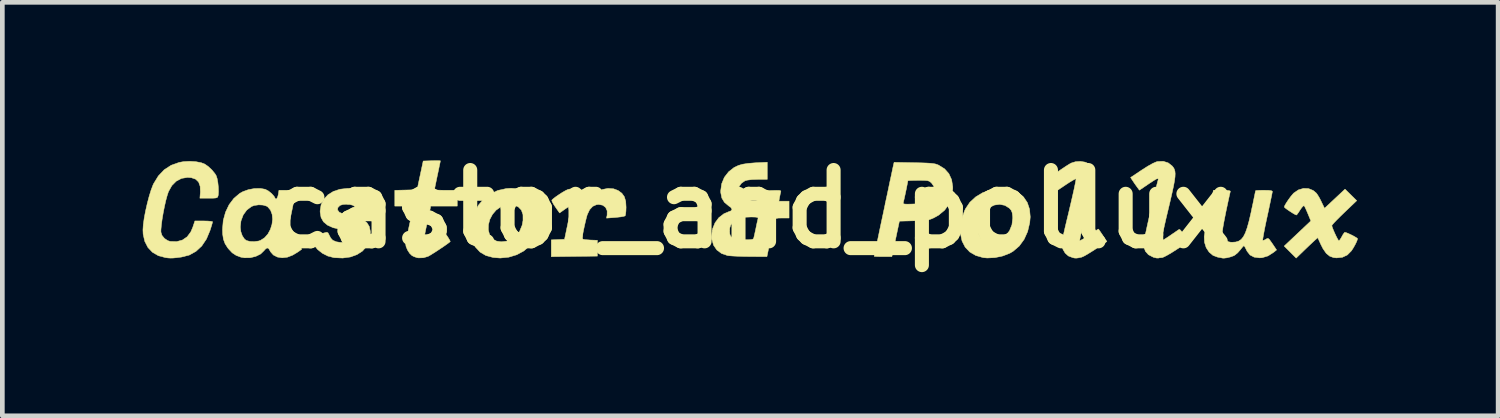
<source format=kicad_pcb>
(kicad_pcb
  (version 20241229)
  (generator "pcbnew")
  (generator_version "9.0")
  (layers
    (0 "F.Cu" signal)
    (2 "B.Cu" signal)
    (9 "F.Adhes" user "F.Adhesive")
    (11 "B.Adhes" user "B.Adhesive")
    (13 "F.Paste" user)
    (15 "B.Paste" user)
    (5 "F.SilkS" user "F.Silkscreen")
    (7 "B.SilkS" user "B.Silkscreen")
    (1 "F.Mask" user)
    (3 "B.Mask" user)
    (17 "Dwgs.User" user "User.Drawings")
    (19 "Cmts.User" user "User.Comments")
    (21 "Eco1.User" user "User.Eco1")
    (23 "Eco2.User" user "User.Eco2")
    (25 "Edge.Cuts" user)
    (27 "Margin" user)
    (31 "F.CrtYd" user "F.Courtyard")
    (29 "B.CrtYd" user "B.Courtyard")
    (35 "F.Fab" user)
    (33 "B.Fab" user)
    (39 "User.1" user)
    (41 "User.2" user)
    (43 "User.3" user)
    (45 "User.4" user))
  (footprint "castor_and_pollux"
    (layer "F.Cu")
    (at 12.986 1.418)
    (property "Reference" "castor_and_pollux" (at 0 0 0) (layer "F.SilkS") (effects (font (size 1.524 1.524) (thickness 0.3))))
    (attr through_hole)
    (fp_poly (pts (xy -4.956 -0.433) (xy -4.826 -0.394) (xy -4.712 -0.326) (xy -4.645 -0.266) (xy -4.573 -0.186) (xy -4.526 -0.107) (xy -4.5 -0.019) (xy -4.489 0.093) (xy -4.488 0.159) (xy -4.505 0.36) (xy -4.557 0.538) (xy -4.645 0.698) (xy -4.711 0.781) (xy -4.84 0.893) (xy -4.993 0.976) (xy -5.165 1.028) (xy -5.347 1.046) (xy -5.499 1.034) (xy -5.653 0.992) (xy -5.777 0.919) (xy -5.872 0.817) (xy -5.935 0.687) (xy -5.965 0.53) (xy -5.969 0.455) (xy -5.968 0.445) (xy -5.601 0.445) (xy -5.574 0.546) (xy -5.516 0.63) (xy -5.5 0.645) (xy -5.423 0.685) (xy -5.324 0.699) (xy -5.216 0.687) (xy -5.133 0.658) (xy -5.018 0.583) (xy -4.933 0.478) (xy -4.878 0.345) (xy -4.859 0.242) (xy -4.86 0.119) (xy -4.894 0.022) (xy -4.96 -0.047) (xy -5.058 -0.088) (xy -5.112 -0.098) (xy -5.181 -0.101) (xy -5.239 -0.091) (xy -5.306 -0.063) (xy -5.334 -0.049) (xy -5.435 0.023) (xy -5.513 0.115) (xy -5.569 0.222) (xy -5.598 0.334) (xy -5.601 0.445) (xy -5.968 0.445) (xy -5.95 0.257) (xy -5.897 0.076) (xy -5.812 -0.083) (xy -5.698 -0.217) (xy -5.559 -0.323) (xy -5.398 -0.398) (xy -5.218 -0.438) (xy -5.112 -0.445) (xy -4.956 -0.433)) (stroke (width 0.01) (type solid)) (fill yes) (layer "F.SilkS"))
    (fp_poly (pts (xy 5.422 -0.439) (xy 5.588 -0.41) (xy 5.727 -0.349) (xy 5.837 -0.258) (xy 5.917 -0.14) (xy 5.965 0.002) (xy 5.98 0.168) (xy 5.969 0.291) (xy 5.924 0.481) (xy 5.848 0.649) (xy 5.745 0.79) (xy 5.615 0.901) (xy 5.544 0.943) (xy 5.393 1.002) (xy 5.226 1.037) (xy 5.062 1.045) (xy 4.974 1.037) (xy 4.817 0.992) (xy 4.688 0.917) (xy 4.59 0.814) (xy 4.523 0.684) (xy 4.49 0.53) (xy 4.487 0.46) (xy 4.49 0.426) (xy 4.868 0.426) (xy 4.883 0.538) (xy 4.927 0.622) (xy 4.997 0.675) (xy 5.004 0.678) (xy 5.085 0.695) (xy 5.184 0.695) (xy 5.28 0.677) (xy 5.331 0.658) (xy 5.449 0.575) (xy 5.536 0.466) (xy 5.589 0.336) (xy 5.606 0.192) (xy 5.604 0.154) (xy 5.594 0.078) (xy 5.574 0.027) (xy 5.538 -0.015) (xy 5.529 -0.023) (xy 5.436 -0.08) (xy 5.329 -0.101) (xy 5.218 -0.087) (xy 5.108 -0.038) (xy 5.007 0.043) (xy 4.999 0.052) (xy 4.929 0.144) (xy 4.888 0.245) (xy 4.87 0.368) (xy 4.868 0.426) (xy 4.49 0.426) (xy 4.499 0.321) (xy 4.53 0.172) (xy 4.576 0.037) (xy 4.597 -0.007) (xy 4.689 -0.144) (xy 4.813 -0.259) (xy 4.962 -0.349) (xy 5.128 -0.411) (xy 5.304 -0.44) (xy 5.422 -0.439)) (stroke (width 0.01) (type solid)) (fill yes) (layer "F.SilkS"))
    (fp_poly (pts (xy -6.663 -1.034) (xy -6.629 -1.032) (xy -6.625 -1.031) (xy -6.629 -1.008) (xy -6.641 -0.952) (xy -6.658 -0.869) (xy -6.679 -0.768) (xy -6.689 -0.723) (xy -6.711 -0.616) (xy -6.73 -0.524) (xy -6.744 -0.456) (xy -6.751 -0.418) (xy -6.752 -0.413) (xy -6.732 -0.409) (xy -6.679 -0.405) (xy -6.599 -0.403) (xy -6.509 -0.402) (xy -6.265 -0.402) (xy -6.265 -0.064) (xy -6.831 -0.064) (xy -6.909 0.298) (xy -6.934 0.416) (xy -6.955 0.52) (xy -6.969 0.601) (xy -6.976 0.655) (xy -6.976 0.672) (xy -6.955 0.666) (xy -6.907 0.639) (xy -6.839 0.597) (xy -6.774 0.553) (xy -6.585 0.422) (xy -6.499 0.549) (xy -6.457 0.613) (xy -6.427 0.664) (xy -6.414 0.691) (xy -6.414 0.692) (xy -6.431 0.709) (xy -6.475 0.742) (xy -6.54 0.788) (xy -6.617 0.84) (xy -6.698 0.894) (xy -6.775 0.943) (xy -6.841 0.984) (xy -6.887 1.01) (xy -6.89 1.011) (xy -6.987 1.04) (xy -7.09 1.043) (xy -7.123 1.038) (xy -7.186 1.017) (xy -7.232 0.994) (xy -7.282 0.946) (xy -7.328 0.874) (xy -7.359 0.798) (xy -7.366 0.753) (xy -7.361 0.715) (xy -7.349 0.644) (xy -7.33 0.546) (xy -7.306 0.428) (xy -7.278 0.298) (xy -7.248 0.163) (xy -7.218 0.031) (xy -7.207 -0.016) (xy -7.204 -0.038) (xy -7.211 -0.052) (xy -7.236 -0.059) (xy -7.286 -0.063) (xy -7.37 -0.063) (xy -7.397 -0.064) (xy -7.599 -0.064) (xy -7.599 -0.401) (xy -7.361 -0.407) (xy -7.123 -0.413) (xy -6.992 -1.027) (xy -6.809 -1.033) (xy -6.726 -1.035) (xy -6.663 -1.034)) (stroke (width 0.01) (type solid)) (fill yes) (layer "F.SilkS"))
    (fp_poly (pts (xy -2.923 -0.433) (xy -2.827 -0.397) (xy -2.747 -0.338) (xy -2.694 -0.264) (xy -2.665 -0.167) (xy -2.657 -0.039) (xy -2.657 -0.038) (xy -2.66 0.043) (xy -2.667 0.107) (xy -2.676 0.143) (xy -2.678 0.145) (xy -2.707 0.155) (xy -2.768 0.166) (xy -2.849 0.175) (xy -2.887 0.179) (xy -3.075 0.193) (xy -3.062 0.129) (xy -3.061 0.037) (xy -3.094 -0.036) (xy -3.156 -0.083) (xy -3.241 -0.099) (xy -3.29 -0.094) (xy -3.369 -0.059) (xy -3.436 0.013) (xy -3.485 0.116) (xy -3.489 0.127) (xy -3.504 0.181) (xy -3.523 0.258) (xy -3.544 0.349) (xy -3.564 0.442) (xy -3.581 0.527) (xy -3.594 0.592) (xy -3.598 0.628) (xy -3.598 0.628) (xy -3.581 0.643) (xy -3.529 0.654) (xy -3.437 0.66) (xy -3.434 0.661) (xy -3.27 0.667) (xy -3.27 1.005) (xy -4.255 1.017) (xy -4.255 0.658) (xy -4.113 0.652) (xy -3.972 0.646) (xy -3.901 0.307) (xy -3.878 0.191) (xy -3.858 0.089) (xy -3.844 0.008) (xy -3.837 -0.044) (xy -3.836 -0.058) (xy -3.855 -0.062) (xy -3.902 -0.04) (xy -3.96 -0.001) (xy -4.078 0.083) (xy -4.167 -0.044) (xy -4.209 -0.108) (xy -4.237 -0.16) (xy -4.244 -0.189) (xy -4.244 -0.191) (xy -4.215 -0.219) (xy -4.161 -0.261) (xy -4.091 -0.309) (xy -4.017 -0.357) (xy -3.949 -0.396) (xy -3.899 -0.419) (xy -3.897 -0.42) (xy -3.782 -0.442) (xy -3.672 -0.431) (xy -3.577 -0.391) (xy -3.506 -0.324) (xy -3.484 -0.287) (xy -3.457 -0.239) (xy -3.435 -0.213) (xy -3.431 -0.212) (xy -3.408 -0.227) (xy -3.372 -0.266) (xy -3.358 -0.284) (xy -3.271 -0.365) (xy -3.162 -0.419) (xy -3.043 -0.442) (xy -2.923 -0.433)) (stroke (width 0.01) (type solid)) (fill yes) (layer "F.SilkS"))
    (fp_poly (pts (xy 8.929 -0.987) (xy 9.012 -0.922) (xy 9.039 -0.889) (xy 9.059 -0.853) (xy 9.072 -0.81) (xy 9.077 -0.756) (xy 9.074 -0.687) (xy 9.062 -0.598) (xy 9.041 -0.485) (xy 9.01 -0.343) (xy 8.97 -0.168) (xy 8.925 0.021) (xy 8.887 0.18) (xy 8.854 0.325) (xy 8.826 0.451) (xy 8.805 0.553) (xy 8.791 0.627) (xy 8.786 0.668) (xy 8.787 0.674) (xy 8.811 0.665) (xy 8.861 0.637) (xy 8.928 0.594) (xy 8.969 0.566) (xy 9.043 0.515) (xy 9.106 0.472) (xy 9.147 0.444) (xy 9.157 0.438) (xy 9.17 0.435) (xy 9.187 0.447) (xy 9.213 0.477) (xy 9.25 0.53) (xy 9.305 0.613) (xy 9.322 0.639) (xy 9.359 0.697) (xy 9.102 0.867) (xy 9.006 0.928) (xy 8.92 0.979) (xy 8.85 1.016) (xy 8.804 1.036) (xy 8.795 1.037) (xy 8.743 1.041) (xy 8.717 1.047) (xy 8.68 1.046) (xy 8.624 1.033) (xy 8.609 1.028) (xy 8.506 0.975) (xy 8.44 0.9) (xy 8.407 0.802) (xy 8.403 0.744) (xy 8.408 0.708) (xy 8.421 0.638) (xy 8.441 0.539) (xy 8.467 0.418) (xy 8.497 0.281) (xy 8.53 0.134) (xy 8.564 -0.016) (xy 8.599 -0.163) (xy 8.631 -0.302) (xy 8.661 -0.425) (xy 8.687 -0.526) (xy 8.706 -0.599) (xy 8.712 -0.619) (xy 8.716 -0.645) (xy 8.704 -0.652) (xy 8.671 -0.641) (xy 8.615 -0.607) (xy 8.529 -0.551) (xy 8.498 -0.53) (xy 8.313 -0.404) (xy 8.256 -0.482) (xy 8.211 -0.545) (xy 8.171 -0.605) (xy 8.162 -0.618) (xy 8.125 -0.675) (xy 8.369 -0.838) (xy 8.492 -0.916) (xy 8.595 -0.974) (xy 8.672 -1.008) (xy 8.7 -1.016) (xy 8.823 -1.021) (xy 8.929 -0.987)) (stroke (width 0.01) (type solid)) (fill yes) (layer "F.SilkS"))
    (fp_poly (pts (xy -8.533 -0.44) (xy -8.38 -0.412) (xy -8.252 -0.354) (xy -8.153 -0.267) (xy -8.085 -0.153) (xy -8.077 -0.133) (xy -8.046 -0.043) (xy -8.134 -0.02) (xy -8.242 0.008) (xy -8.315 0.026) (xy -8.364 0.034) (xy -8.395 0.03) (xy -8.416 0.013) (xy -8.435 -0.017) (xy -8.457 -0.054) (xy -8.494 -0.081) (xy -8.559 -0.098) (xy -8.635 -0.104) (xy -8.71 -0.098) (xy -8.769 -0.079) (xy -8.773 -0.076) (xy -8.817 -0.03) (xy -8.822 0.02) (xy -8.787 0.066) (xy -8.779 0.071) (xy -8.736 0.089) (xy -8.665 0.111) (xy -8.579 0.131) (xy -8.551 0.137) (xy -8.396 0.176) (xy -8.279 0.226) (xy -8.196 0.29) (xy -8.145 0.371) (xy -8.123 0.472) (xy -8.121 0.534) (xy -8.143 0.675) (xy -8.201 0.796) (xy -8.29 0.897) (xy -8.408 0.973) (xy -8.55 1.024) (xy -8.713 1.046) (xy -8.894 1.038) (xy -8.905 1.036) (xy -9.032 1.003) (xy -9.149 0.943) (xy -9.25 0.862) (xy -9.325 0.768) (xy -9.366 0.668) (xy -9.369 0.653) (xy -9.381 0.578) (xy -9.236 0.542) (xy -9.159 0.523) (xy -9.095 0.506) (xy -9.058 0.496) (xy -9.058 0.496) (xy -9.028 0.506) (xy -9.001 0.556) (xy -8.999 0.561) (xy -8.968 0.62) (xy -8.928 0.664) (xy -8.924 0.667) (xy -8.85 0.699) (xy -8.762 0.713) (xy -8.671 0.71) (xy -8.589 0.692) (xy -8.528 0.659) (xy -8.509 0.635) (xy -8.489 0.578) (xy -8.5 0.532) (xy -8.545 0.495) (xy -8.625 0.465) (xy -8.745 0.438) (xy -8.758 0.436) (xy -8.917 0.398) (xy -9.038 0.343) (xy -9.123 0.272) (xy -9.175 0.18) (xy -9.194 0.067) (xy -9.195 0.039) (xy -9.174 -0.093) (xy -9.117 -0.209) (xy -9.028 -0.305) (xy -8.911 -0.378) (xy -8.771 -0.424) (xy -8.612 -0.442) (xy -8.533 -0.44)) (stroke (width 0.01) (type solid)) (fill yes) (layer "F.SilkS"))
    (fp_poly (pts (xy 7.153 -1.003) (xy 7.192 -0.987) (xy 7.271 -0.924) (xy 7.325 -0.837) (xy 7.345 -0.739) (xy 7.345 -0.738) (xy 7.34 -0.699) (xy 7.326 -0.625) (xy 7.305 -0.521) (xy 7.277 -0.392) (xy 7.243 -0.245) (xy 7.206 -0.085) (xy 7.186 0.000284) (xy 7.147 0.161) (xy 7.113 0.309) (xy 7.084 0.438) (xy 7.061 0.544) (xy 7.045 0.621) (xy 7.038 0.665) (xy 7.038 0.674) (xy 7.059 0.667) (xy 7.107 0.641) (xy 7.174 0.598) (xy 7.242 0.553) (xy 7.319 0.5) (xy 7.383 0.459) (xy 7.425 0.433) (xy 7.439 0.427) (xy 7.452 0.447) (xy 7.483 0.492) (xy 7.525 0.554) (xy 7.531 0.564) (xy 7.618 0.693) (xy 7.377 0.854) (xy 7.283 0.914) (xy 7.197 0.967) (xy 7.127 1.006) (xy 7.082 1.026) (xy 7.076 1.028) (xy 7.006 1.043) (xy 6.962 1.048) (xy 6.926 1.046) (xy 6.89 1.038) (xy 6.795 1.002) (xy 6.726 0.94) (xy 6.686 0.872) (xy 6.673 0.846) (xy 6.663 0.823) (xy 6.656 0.799) (xy 6.654 0.769) (xy 6.656 0.729) (xy 6.664 0.675) (xy 6.678 0.602) (xy 6.699 0.507) (xy 6.727 0.384) (xy 6.764 0.229) (xy 6.81 0.039) (xy 6.82 -0.005) (xy 6.857 -0.162) (xy 6.89 -0.306) (xy 6.918 -0.431) (xy 6.939 -0.532) (xy 6.953 -0.604) (xy 6.959 -0.643) (xy 6.958 -0.647) (xy 6.937 -0.641) (xy 6.889 -0.615) (xy 6.821 -0.574) (xy 6.755 -0.531) (xy 6.563 -0.402) (xy 6.478 -0.528) (xy 6.436 -0.591) (xy 6.405 -0.64) (xy 6.392 -0.664) (xy 6.392 -0.665) (xy 6.409 -0.681) (xy 6.453 -0.715) (xy 6.517 -0.761) (xy 6.592 -0.814) (xy 6.672 -0.868) (xy 6.747 -0.918) (xy 6.811 -0.958) (xy 6.854 -0.983) (xy 6.947 -1.012) (xy 7.053 -1.019) (xy 7.153 -1.003)) (stroke (width 0.01) (type solid)) (fill yes) (layer "F.SilkS"))
    (fp_poly (pts (xy -11.852 -1.013) (xy -11.737 -0.991) (xy -11.661 -0.962) (xy -11.586 -0.91) (xy -11.507 -0.836) (xy -11.441 -0.755) (xy -11.416 -0.714) (xy -11.396 -0.653) (xy -11.38 -0.565) (xy -11.37 -0.467) (xy -11.367 -0.372) (xy -11.372 -0.298) (xy -11.375 -0.287) (xy -11.383 -0.261) (xy -11.398 -0.245) (xy -11.428 -0.237) (xy -11.483 -0.233) (xy -11.571 -0.233) (xy -11.764 -0.233) (xy -11.754 -0.365) (xy -11.759 -0.487) (xy -11.792 -0.578) (xy -11.855 -0.639) (xy -11.948 -0.671) (xy -12.029 -0.677) (xy -12.156 -0.656) (xy -12.269 -0.597) (xy -12.363 -0.503) (xy -12.435 -0.375) (xy -12.436 -0.373) (xy -12.463 -0.292) (xy -12.493 -0.182) (xy -12.522 -0.052) (xy -12.549 0.085) (xy -12.572 0.221) (xy -12.588 0.344) (xy -12.597 0.444) (xy -12.597 0.492) (xy -12.575 0.562) (xy -12.522 0.627) (xy -12.452 0.674) (xy -12.4 0.691) (xy -12.26 0.695) (xy -12.138 0.662) (xy -12.036 0.592) (xy -11.958 0.487) (xy -11.917 0.391) (xy -11.871 0.254) (xy -11.682 0.254) (xy -11.599 0.256) (xy -11.534 0.261) (xy -11.498 0.268) (xy -11.493 0.272) (xy -11.5 0.3) (xy -11.516 0.357) (xy -11.54 0.432) (xy -11.547 0.455) (xy -11.624 0.639) (xy -11.725 0.789) (xy -11.848 0.903) (xy -11.992 0.983) (xy -12.157 1.025) (xy -12.164 1.026) (xy -12.266 1.039) (xy -12.339 1.046) (xy -12.395 1.047) (xy -12.445 1.044) (xy -12.499 1.037) (xy -12.652 0.996) (xy -12.778 0.923) (xy -12.875 0.82) (xy -12.942 0.69) (xy -12.977 0.536) (xy -12.981 0.445) (xy -12.974 0.335) (xy -12.955 0.198) (xy -12.926 0.044) (xy -12.89 -0.115) (xy -12.85 -0.268) (xy -12.808 -0.405) (xy -12.767 -0.513) (xy -12.755 -0.54) (xy -12.652 -0.708) (xy -12.527 -0.84) (xy -12.379 -0.936) (xy -12.208 -0.997) (xy -12.112 -1.014) (xy -11.982 -1.021) (xy -11.852 -1.013)) (stroke (width 0.01) (type solid)) (fill yes) (layer "F.SilkS"))
    (fp_poly (pts (xy 11.927 -0.438) (xy 12.026 -0.398) (xy 12.094 -0.341) (xy 12.123 -0.3) (xy 12.162 -0.235) (xy 12.201 -0.158) (xy 12.201 -0.156) (xy 12.269 -0.016) (xy 12.488 -0.221) (xy 12.707 -0.426) (xy 12.832 -0.303) (xy 12.957 -0.18) (xy 12.691 0.074) (xy 12.604 0.158) (xy 12.529 0.233) (xy 12.471 0.294) (xy 12.435 0.336) (xy 12.425 0.352) (xy 12.433 0.385) (xy 12.455 0.442) (xy 12.484 0.509) (xy 12.516 0.577) (xy 12.546 0.635) (xy 12.568 0.671) (xy 12.576 0.677) (xy 12.595 0.66) (xy 12.623 0.617) (xy 12.636 0.594) (xy 12.666 0.54) (xy 12.693 0.504) (xy 12.7 0.497) (xy 12.725 0.501) (xy 12.776 0.521) (xy 12.838 0.55) (xy 12.902 0.583) (xy 12.955 0.615) (xy 12.973 0.628) (xy 12.971 0.651) (xy 12.953 0.699) (xy 12.922 0.762) (xy 12.885 0.828) (xy 12.847 0.887) (xy 12.844 0.891) (xy 12.757 0.98) (xy 12.651 1.03) (xy 12.526 1.043) (xy 12.461 1.036) (xy 12.379 1.006) (xy 12.305 0.945) (xy 12.237 0.847) (xy 12.192 0.759) (xy 12.124 0.611) (xy 12.057 0.67) (xy 12.014 0.71) (xy 11.95 0.77) (xy 11.876 0.841) (xy 11.827 0.888) (xy 11.663 1.047) (xy 11.535 0.919) (xy 11.407 0.791) (xy 11.692 0.522) (xy 11.977 0.253) (xy 11.914 0.1) (xy 11.882 0.025) (xy 11.854 -0.035) (xy 11.835 -0.069) (xy 11.833 -0.071) (xy 11.812 -0.065) (xy 11.779 -0.028) (xy 11.747 0.018) (xy 11.71 0.076) (xy 11.681 0.115) (xy 11.669 0.127) (xy 11.641 0.116) (xy 11.592 0.088) (xy 11.534 0.051) (xy 11.476 0.012) (xy 11.431 -0.022) (xy 11.409 -0.043) (xy 11.409 -0.045) (xy 11.421 -0.078) (xy 11.453 -0.133) (xy 11.497 -0.199) (xy 11.545 -0.265) (xy 11.591 -0.32) (xy 11.612 -0.343) (xy 11.711 -0.41) (xy 11.819 -0.442) (xy 11.927 -0.438)) (stroke (width 0.01) (type solid)) (fill yes) (layer "F.SilkS"))
    (fp_poly (pts (xy 3.499 -0.991) (xy 3.648 -0.988) (xy 3.762 -0.984) (xy 3.846 -0.979) (xy 3.909 -0.972) (xy 3.957 -0.963) (xy 3.996 -0.95) (xy 4.022 -0.939) (xy 4.149 -0.86) (xy 4.241 -0.757) (xy 4.3 -0.628) (xy 4.324 -0.475) (xy 4.324 -0.431) (xy 4.303 -0.259) (xy 4.245 -0.108) (xy 4.151 0.023) (xy 4.022 0.13) (xy 3.918 0.188) (xy 3.867 0.21) (xy 3.819 0.226) (xy 3.765 0.236) (xy 3.694 0.243) (xy 3.599 0.248) (xy 3.492 0.25) (xy 3.184 0.258) (xy 3.125 0.536) (xy 3.101 0.65) (xy 3.078 0.758) (xy 3.059 0.849) (xy 3.045 0.912) (xy 3.045 0.915) (xy 3.023 1.016) (xy 2.835 1.016) (xy 2.751 1.015) (xy 2.687 1.013) (xy 2.65 1.01) (xy 2.646 1.009) (xy 2.65 0.987) (xy 2.662 0.929) (xy 2.681 0.84) (xy 2.705 0.724) (xy 2.734 0.586) (xy 2.766 0.432) (xy 2.801 0.266) (xy 2.838 0.093) (xy 2.875 -0.082) (xy 2.883 -0.124) (xy 3.265 -0.124) (xy 3.274 -0.113) (xy 3.301 -0.107) (xy 3.354 -0.105) (xy 3.439 -0.107) (xy 3.497 -0.109) (xy 3.613 -0.114) (xy 3.695 -0.122) (xy 3.752 -0.134) (xy 3.791 -0.152) (xy 3.796 -0.155) (xy 3.872 -0.224) (xy 3.919 -0.309) (xy 3.936 -0.399) (xy 3.92 -0.485) (xy 3.875 -0.552) (xy 3.846 -0.579) (xy 3.818 -0.597) (xy 3.781 -0.608) (xy 3.726 -0.612) (xy 3.644 -0.614) (xy 3.589 -0.614) (xy 3.498 -0.613) (xy 3.424 -0.611) (xy 3.378 -0.608) (xy 3.365 -0.606) (xy 3.361 -0.58) (xy 3.35 -0.523) (xy 3.335 -0.446) (xy 3.317 -0.36) (xy 3.299 -0.276) (xy 3.283 -0.204) (xy 3.271 -0.154) (xy 3.268 -0.141) (xy 3.265 -0.124) (xy 2.883 -0.124) (xy 2.911 -0.253) (xy 2.946 -0.417) (xy 2.977 -0.567) (xy 3.006 -0.7) (xy 3.029 -0.809) (xy 3.046 -0.891) (xy 3.057 -0.939) (xy 3.059 -0.949) (xy 3.071 -0.999) (xy 3.499 -0.991)) (stroke (width 0.01) (type solid)) (fill yes) (layer "F.SilkS"))
    (fp_poly (pts (xy 10.173 -0.401) (xy 10.229 -0.395) (xy 10.254 -0.385) (xy 10.256 -0.376) (xy 10.249 -0.348) (xy 10.235 -0.285) (xy 10.215 -0.194) (xy 10.191 -0.082) (xy 10.164 0.045) (xy 10.159 0.07) (xy 10.124 0.246) (xy 10.099 0.385) (xy 10.085 0.487) (xy 10.083 0.55) (xy 10.084 0.559) (xy 10.113 0.637) (xy 10.169 0.686) (xy 10.254 0.707) (xy 10.295 0.709) (xy 10.371 0.704) (xy 10.434 0.685) (xy 10.488 0.649) (xy 10.535 0.591) (xy 10.577 0.509) (xy 10.617 0.397) (xy 10.657 0.252) (xy 10.699 0.071) (xy 10.711 0.011) (xy 10.738 -0.113) (xy 10.76 -0.221) (xy 10.778 -0.308) (xy 10.79 -0.367) (xy 10.795 -0.392) (xy 10.795 -0.392) (xy 10.815 -0.397) (xy 10.867 -0.4) (xy 10.942 -0.402) (xy 10.975 -0.402) (xy 11.073 -0.4) (xy 11.131 -0.393) (xy 11.154 -0.38) (xy 11.155 -0.377) (xy 11.15 -0.35) (xy 11.138 -0.287) (xy 11.119 -0.196) (xy 11.095 -0.081) (xy 11.067 0.052) (xy 11.045 0.152) (xy 11.015 0.292) (xy 10.989 0.418) (xy 10.969 0.525) (xy 10.955 0.606) (xy 10.948 0.655) (xy 10.948 0.668) (xy 10.973 0.667) (xy 11.014 0.646) (xy 11.014 0.646) (xy 11.042 0.629) (xy 11.063 0.628) (xy 11.087 0.646) (xy 11.12 0.691) (xy 11.156 0.742) (xy 11.244 0.873) (xy 11.184 0.922) (xy 11.061 1.001) (xy 10.935 1.039) (xy 10.88 1.042) (xy 10.765 1.027) (xy 10.677 0.981) (xy 10.614 0.901) (xy 10.602 0.877) (xy 10.575 0.823) (xy 10.553 0.789) (xy 10.545 0.784) (xy 10.525 0.801) (xy 10.491 0.842) (xy 10.466 0.874) (xy 10.413 0.934) (xy 10.353 0.983) (xy 10.329 0.997) (xy 10.26 1.022) (xy 10.184 1.041) (xy 10.118 1.049) (xy 10.086 1.047) (xy 10.052 1.039) (xy 9.997 1.029) (xy 9.985 1.027) (xy 9.886 0.99) (xy 9.803 0.92) (xy 9.74 0.824) (xy 9.704 0.71) (xy 9.698 0.588) (xy 9.706 0.533) (xy 9.72 0.445) (xy 9.741 0.333) (xy 9.767 0.203) (xy 9.795 0.065) (xy 9.801 0.037) (xy 9.895 -0.402) (xy 10.08 -0.402) (xy 10.173 -0.401)) (stroke (width 0.01) (type solid)) (fill yes) (layer "F.SilkS"))
    (fp_poly (pts (xy -10.369 -0.423) (xy -10.302 -0.388) (xy -10.234 -0.334) (xy -10.18 -0.274) (xy -10.156 -0.231) (xy -10.139 -0.212) (xy -10.119 -0.227) (xy -10.099 -0.271) (xy -10.088 -0.317) (xy -10.075 -0.402) (xy -9.895 -0.402) (xy -9.806 -0.4) (xy -9.744 -0.393) (xy -9.716 -0.383) (xy -9.716 -0.381) (xy -9.72 -0.355) (xy -9.732 -0.293) (xy -9.75 -0.203) (xy -9.774 -0.088) (xy -9.801 0.045) (xy -9.823 0.15) (xy -9.853 0.291) (xy -9.878 0.418) (xy -9.899 0.525) (xy -9.913 0.606) (xy -9.92 0.657) (xy -9.92 0.67) (xy -9.897 0.667) (xy -9.855 0.644) (xy -9.842 0.635) (xy -9.807 0.611) (xy -9.781 0.603) (xy -9.757 0.614) (xy -9.726 0.651) (xy -9.682 0.716) (xy -9.665 0.741) (xy -9.588 0.857) (xy -9.636 0.893) (xy -9.683 0.925) (xy -9.748 0.964) (xy -9.784 0.985) (xy -9.895 1.028) (xy -10.006 1.041) (xy -10.108 1.025) (xy -10.194 0.981) (xy -10.255 0.912) (xy -10.264 0.894) (xy -10.296 0.841) (xy -10.33 0.83) (xy -10.37 0.86) (xy -10.392 0.887) (xy -10.466 0.959) (xy -10.569 1.01) (xy -10.687 1.039) (xy -10.811 1.041) (xy -10.887 1.028) (xy -10.989 0.99) (xy -11.074 0.934) (xy -11.154 0.848) (xy -11.17 0.828) (xy -11.226 0.74) (xy -11.261 0.646) (xy -11.278 0.534) (xy -11.281 0.434) (xy -11.277 0.385) (xy -10.901 0.385) (xy -10.889 0.483) (xy -10.857 0.573) (xy -10.81 0.642) (xy -10.77 0.672) (xy -10.695 0.692) (xy -10.602 0.695) (xy -10.511 0.683) (xy -10.471 0.67) (xy -10.383 0.614) (xy -10.311 0.533) (xy -10.258 0.434) (xy -10.224 0.326) (xy -10.211 0.216) (xy -10.221 0.112) (xy -10.255 0.022) (xy -10.314 -0.047) (xy -10.341 -0.064) (xy -10.415 -0.086) (xy -10.507 -0.091) (xy -10.6 -0.078) (xy -10.659 -0.057) (xy -10.762 0.02) (xy -10.839 0.126) (xy -10.887 0.255) (xy -10.901 0.385) (xy -11.277 0.385) (xy -11.265 0.243) (xy -11.216 0.065) (xy -11.14 -0.094) (xy -11.038 -0.229) (xy -10.914 -0.334) (xy -10.847 -0.372) (xy -10.728 -0.415) (xy -10.598 -0.439) (xy -10.471 -0.441) (xy -10.369 -0.423)) (stroke (width 0.01) (type solid)) (fill yes) (layer "F.SilkS"))
    (fp_poly (pts (xy 0.36 -0.635) (xy 0.158 -0.635) (xy 0.033 -0.631) (xy -0.064 -0.619) (xy -0.117 -0.605) (xy -0.192 -0.552) (xy -0.247 -0.474) (xy -0.274 -0.384) (xy -0.275 -0.364) (xy -0.257 -0.285) (xy -0.202 -0.226) (xy -0.111 -0.188) (xy 0.015 -0.172) (xy 0.127 -0.173) (xy 0.243 -0.18) (xy 0.266 -0.286) (xy 0.288 -0.392) (xy 0.474 -0.398) (xy 0.563 -0.4) (xy 0.617 -0.399) (xy 0.644 -0.392) (xy 0.651 -0.379) (xy 0.648 -0.366) (xy 0.637 -0.32) (xy 0.625 -0.257) (xy 0.623 -0.249) (xy 0.609 -0.169) (xy 0.826 -0.169) (xy 0.826 0.191) (xy 0.679 0.191) (xy 0.599 0.192) (xy 0.552 0.199) (xy 0.529 0.213) (xy 0.522 0.228) (xy 0.514 0.26) (xy 0.499 0.326) (xy 0.479 0.418) (xy 0.455 0.53) (xy 0.432 0.64) (xy 0.353 1.016) (xy -0.02 1.014) (xy -0.149 1.012) (xy -0.27 1.008) (xy -0.374 1.003) (xy -0.452 0.997) (xy -0.487 0.993) (xy -0.616 0.949) (xy -0.717 0.874) (xy -0.787 0.772) (xy -0.823 0.646) (xy -0.828 0.569) (xy -0.815 0.465) (xy -0.445 0.465) (xy -0.44 0.534) (xy -0.424 0.577) (xy -0.389 0.612) (xy -0.355 0.634) (xy -0.314 0.647) (xy -0.255 0.654) (xy -0.167 0.656) (xy -0.136 0.656) (xy -0.042 0.655) (xy 0.018 0.651) (xy 0.052 0.643) (xy 0.068 0.628) (xy 0.071 0.619) (xy 0.08 0.582) (xy 0.095 0.515) (xy 0.113 0.433) (xy 0.117 0.413) (xy 0.134 0.329) (xy 0.15 0.258) (xy 0.161 0.212) (xy 0.162 0.206) (xy 0.163 0.188) (xy 0.147 0.177) (xy 0.108 0.171) (xy 0.036 0.169) (xy 0.007 0.169) (xy -0.125 0.174) (xy -0.225 0.191) (xy -0.3 0.221) (xy -0.361 0.268) (xy -0.379 0.287) (xy -0.422 0.345) (xy -0.441 0.403) (xy -0.445 0.465) (xy -0.815 0.465) (xy -0.809 0.424) (xy -0.756 0.294) (xy -0.675 0.184) (xy -0.568 0.101) (xy -0.473 0.06) (xy -0.418 0.039) (xy -0.385 0.018) (xy -0.381 0.01) (xy -0.397 -0.015) (xy -0.438 -0.051) (xy -0.46 -0.065) (xy -0.554 -0.143) (xy -0.61 -0.235) (xy -0.633 -0.348) (xy -0.635 -0.389) (xy -0.614 -0.54) (xy -0.557 -0.678) (xy -0.466 -0.796) (xy -0.348 -0.889) (xy -0.257 -0.932) (xy -0.168 -0.958) (xy -0.053 -0.976) (xy 0.094 -0.988) (xy 0.11 -0.989) (xy 0.36 -1.001) (xy 0.36 -0.635)) (stroke (width 0.01) (type solid)) (fill yes) (layer "F.SilkS")))
  (gr_rect
    (start -3 -3)
    (end 28.965 5.836)
    (stroke (width 0.1) (type default))
    (fill no)
    (layer "Edge.Cuts")))
</source>
